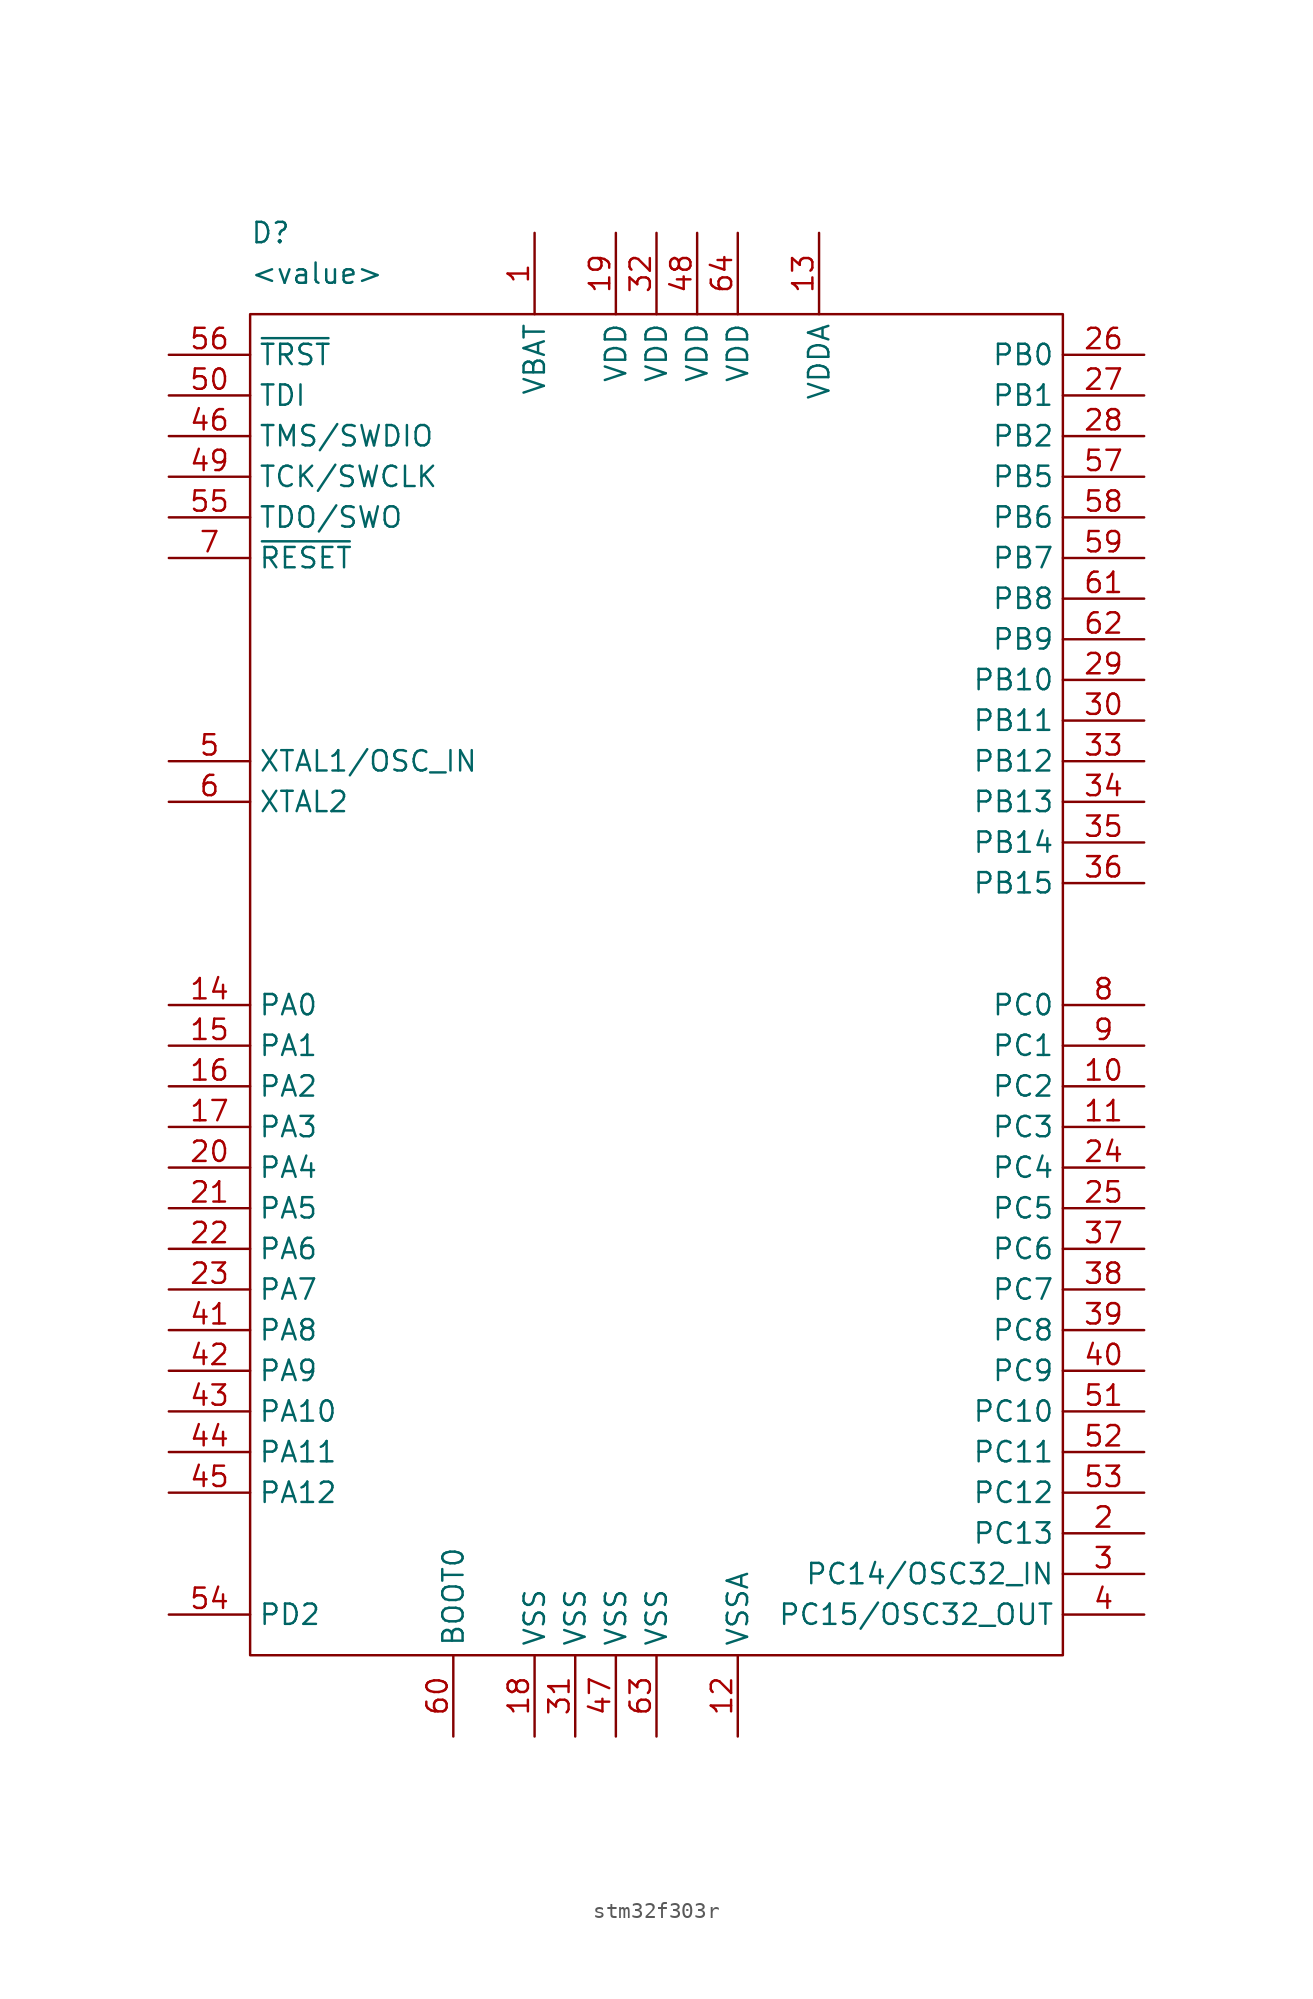
<source format=kicad_sym>
(kicad_symbol_lib
  (version 20231120)
  (generator "kicad_symbol_editor")
  (generator_version "8.0")
  (symbol "stm32f303r"
    (property "Reference" "D"
      (at 5.08 5.08 0)
      (effects (font (size 1.27 1.27)) (justify left)))
    (property "Value" "<value>"
      (at 5.08 2.54 0)
      (effects (font (size 1.27 1.27)) (justify left)))
    (symbol "stm32f303r_0_1"
      (rectangle (start 5.08 0) (end 55.88 -83.82) (stroke (width 0) (type default)) (fill (type none))))
    (symbol "stm32f303r_1_1"
      (pin power_in line (at 22.86 5.08 270) (length 5.08) (name "VBAT" (effects (font (size 1.27 1.27)))) (number "1" (effects (font (size 1.27 1.27)))))
      (pin passive line (at 60.96 -48.26 180) (length 5.08) (name "PC2" (effects (font (size 1.27 1.27)))) (number "10" (effects (font (size 1.27 1.27)))))
      (pin passive line (at 60.96 -50.8 180) (length 5.08) (name "PC3" (effects (font (size 1.27 1.27)))) (number "11" (effects (font (size 1.27 1.27)))))
      (pin passive line (at 35.56 -88.9 90) (length 5.08) (name "VSSA" (effects (font (size 1.27 1.27)))) (number "12" (effects (font (size 1.27 1.27)))))
      (pin passive line (at 40.64 5.08 270) (length 5.08) (name "VDDA" (effects (font (size 1.27 1.27)))) (number "13" (effects (font (size 1.27 1.27)))))
      (pin passive line (at 0 -43.18 0) (length 5.08) (name "PA0" (effects (font (size 1.27 1.27)))) (number "14" (effects (font (size 1.27 1.27)))))
      (pin passive line (at 0 -45.72 0) (length 5.08) (name "PA1" (effects (font (size 1.27 1.27)))) (number "15" (effects (font (size 1.27 1.27)))))
      (pin passive line (at 0 -48.26 0) (length 5.08) (name "PA2" (effects (font (size 1.27 1.27)))) (number "16" (effects (font (size 1.27 1.27)))))
      (pin passive line (at 0 -50.8 0) (length 5.08) (name "PA3" (effects (font (size 1.27 1.27)))) (number "17" (effects (font (size 1.27 1.27)))))
      (pin passive line (at 22.86 -88.9 90) (length 5.08) (name "VSS" (effects (font (size 1.27 1.27)))) (number "18" (effects (font (size 1.27 1.27)))))
      (pin passive line (at 27.94 5.08 270) (length 5.08) (name "VDD" (effects (font (size 1.27 1.27)))) (number "19" (effects (font (size 1.27 1.27)))))
      (pin passive line (at 60.96 -76.2 180) (length 5.08) (name "PC13" (effects (font (size 1.27 1.27)))) (number "2" (effects (font (size 1.27 1.27)))))
      (pin passive line (at 0 -53.34 0) (length 5.08) (name "PA4" (effects (font (size 1.27 1.27)))) (number "20" (effects (font (size 1.27 1.27)))))
      (pin passive line (at 0 -55.88 0) (length 5.08) (name "PA5" (effects (font (size 1.27 1.27)))) (number "21" (effects (font (size 1.27 1.27)))))
      (pin passive line (at 0 -58.42 0) (length 5.08) (name "PA6" (effects (font (size 1.27 1.27)))) (number "22" (effects (font (size 1.27 1.27)))))
      (pin passive line (at 0 -60.96 0) (length 5.08) (name "PA7" (effects (font (size 1.27 1.27)))) (number "23" (effects (font (size 1.27 1.27)))))
      (pin passive line (at 60.96 -53.34 180) (length 5.08) (name "PC4" (effects (font (size 1.27 1.27)))) (number "24" (effects (font (size 1.27 1.27)))))
      (pin passive line (at 60.96 -55.88 180) (length 5.08) (name "PC5" (effects (font (size 1.27 1.27)))) (number "25" (effects (font (size 1.27 1.27)))))
      (pin passive line (at 60.96 -2.54 180) (length 5.08) (name "PB0" (effects (font (size 1.27 1.27)))) (number "26" (effects (font (size 1.27 1.27)))))
      (pin passive line (at 60.96 -5.08 180) (length 5.08) (name "PB1" (effects (font (size 1.27 1.27)))) (number "27" (effects (font (size 1.27 1.27)))))
      (pin passive line (at 60.96 -7.62 180) (length 5.08) (name "PB2" (effects (font (size 1.27 1.27)))) (number "28" (effects (font (size 1.27 1.27)))))
      (pin passive line (at 60.96 -22.86 180) (length 5.08) (name "PB10" (effects (font (size 1.27 1.27)))) (number "29" (effects (font (size 1.27 1.27)))))
      (pin passive line (at 60.96 -78.74 180) (length 5.08) (name "PC14/OSC32_IN" (effects (font (size 1.27 1.27)))) (number "3" (effects (font (size 1.27 1.27)))))
      (pin passive line (at 60.96 -25.4 180) (length 5.08) (name "PB11" (effects (font (size 1.27 1.27)))) (number "30" (effects (font (size 1.27 1.27)))))
      (pin passive line (at 25.4 -88.9 90) (length 5.08) (name "VSS" (effects (font (size 1.27 1.27)))) (number "31" (effects (font (size 1.27 1.27)))))
      (pin passive line (at 30.48 5.08 270) (length 5.08) (name "VDD" (effects (font (size 1.27 1.27)))) (number "32" (effects (font (size 1.27 1.27)))))
      (pin passive line (at 60.96 -27.94 180) (length 5.08) (name "PB12" (effects (font (size 1.27 1.27)))) (number "33" (effects (font (size 1.27 1.27)))))
      (pin passive line (at 60.96 -30.48 180) (length 5.08) (name "PB13" (effects (font (size 1.27 1.27)))) (number "34" (effects (font (size 1.27 1.27)))))
      (pin passive line (at 60.96 -33.02 180) (length 5.08) (name "PB14" (effects (font (size 1.27 1.27)))) (number "35" (effects (font (size 1.27 1.27)))))
      (pin passive line (at 60.96 -35.56 180) (length 5.08) (name "PB15" (effects (font (size 1.27 1.27)))) (number "36" (effects (font (size 1.27 1.27)))))
      (pin passive line (at 60.96 -58.42 180) (length 5.08) (name "PC6" (effects (font (size 1.27 1.27)))) (number "37" (effects (font (size 1.27 1.27)))))
      (pin passive line (at 60.96 -60.96 180) (length 5.08) (name "PC7" (effects (font (size 1.27 1.27)))) (number "38" (effects (font (size 1.27 1.27)))))
      (pin passive line (at 60.96 -63.5 180) (length 5.08) (name "PC8" (effects (font (size 1.27 1.27)))) (number "39" (effects (font (size 1.27 1.27)))))
      (pin passive line (at 60.96 -81.28 180) (length 5.08) (name "PC15/OSC32_OUT" (effects (font (size 1.27 1.27)))) (number "4" (effects (font (size 1.27 1.27)))))
      (pin passive line (at 60.96 -66.04 180) (length 5.08) (name "PC9" (effects (font (size 1.27 1.27)))) (number "40" (effects (font (size 1.27 1.27)))))
      (pin passive line (at 0 -63.5 0) (length 5.08) (name "PA8" (effects (font (size 1.27 1.27)))) (number "41" (effects (font (size 1.27 1.27)))))
      (pin passive line (at 0 -66.04 0) (length 5.08) (name "PA9" (effects (font (size 1.27 1.27)))) (number "42" (effects (font (size 1.27 1.27)))))
      (pin passive line (at 0 -68.58 0) (length 5.08) (name "PA10" (effects (font (size 1.27 1.27)))) (number "43" (effects (font (size 1.27 1.27)))))
      (pin passive line (at 0 -71.12 0) (length 5.08) (name "PA11" (effects (font (size 1.27 1.27)))) (number "44" (effects (font (size 1.27 1.27)))))
      (pin passive line (at 0 -73.66 0) (length 5.08) (name "PA12" (effects (font (size 1.27 1.27)))) (number "45" (effects (font (size 1.27 1.27)))))
      (pin passive line (at 0 -7.62 0) (length 5.08) (name "TMS/SWDIO" (effects (font (size 1.27 1.27)))) (number "46" (effects (font (size 1.27 1.27)))))
      (pin passive line (at 27.94 -88.9 90) (length 5.08) (name "VSS" (effects (font (size 1.27 1.27)))) (number "47" (effects (font (size 1.27 1.27)))))
      (pin passive line (at 33.02 5.08 270) (length 5.08) (name "VDD" (effects (font (size 1.27 1.27)))) (number "48" (effects (font (size 1.27 1.27)))))
      (pin passive line (at 0 -10.16 0) (length 5.08) (name "TCK/SWCLK" (effects (font (size 1.27 1.27)))) (number "49" (effects (font (size 1.27 1.27)))))
      (pin passive line (at 0 -27.94 0) (length 5.08) (name "XTAL1/OSC_IN" (effects (font (size 1.27 1.27)))) (number "5" (effects (font (size 1.27 1.27)))))
      (pin passive line (at 0 -5.08 0) (length 5.08) (name "TDI" (effects (font (size 1.27 1.27)))) (number "50" (effects (font (size 1.27 1.27)))))
      (pin passive line (at 60.96 -68.58 180) (length 5.08) (name "PC10" (effects (font (size 1.27 1.27)))) (number "51" (effects (font (size 1.27 1.27)))))
      (pin passive line (at 60.96 -71.12 180) (length 5.08) (name "PC11" (effects (font (size 1.27 1.27)))) (number "52" (effects (font (size 1.27 1.27)))))
      (pin passive line (at 60.96 -73.66 180) (length 5.08) (name "PC12" (effects (font (size 1.27 1.27)))) (number "53" (effects (font (size 1.27 1.27)))))
      (pin passive line (at 0 -81.28 0) (length 5.08) (name "PD2" (effects (font (size 1.27 1.27)))) (number "54" (effects (font (size 1.27 1.27)))))
      (pin passive line (at 0 -12.7 0) (length 5.08) (name "TDO/SWO" (effects (font (size 1.27 1.27)))) (number "55" (effects (font (size 1.27 1.27)))))
      (pin passive line (at 0 -2.54 0) (length 5.08) (name "~{TRST}" (effects (font (size 1.27 1.27)))) (number "56" (effects (font (size 1.27 1.27)))))
      (pin passive line (at 60.96 -10.16 180) (length 5.08) (name "PB5" (effects (font (size 1.27 1.27)))) (number "57" (effects (font (size 1.27 1.27)))))
      (pin passive line (at 60.96 -12.7 180) (length 5.08) (name "PB6" (effects (font (size 1.27 1.27)))) (number "58" (effects (font (size 1.27 1.27)))))
      (pin passive line (at 60.96 -15.24 180) (length 5.08) (name "PB7" (effects (font (size 1.27 1.27)))) (number "59" (effects (font (size 1.27 1.27)))))
      (pin passive line (at 0 -30.48 0) (length 5.08) (name "XTAL2" (effects (font (size 1.27 1.27)))) (number "6" (effects (font (size 1.27 1.27)))))
      (pin passive line (at 17.78 -88.9 90) (length 5.08) (name "BOOT0" (effects (font (size 1.27 1.27)))) (number "60" (effects (font (size 1.27 1.27)))))
      (pin passive line (at 60.96 -17.78 180) (length 5.08) (name "PB8" (effects (font (size 1.27 1.27)))) (number "61" (effects (font (size 1.27 1.27)))))
      (pin passive line (at 60.96 -20.32 180) (length 5.08) (name "PB9" (effects (font (size 1.27 1.27)))) (number "62" (effects (font (size 1.27 1.27)))))
      (pin passive line (at 30.48 -88.9 90) (length 5.08) (name "VSS" (effects (font (size 1.27 1.27)))) (number "63" (effects (font (size 1.27 1.27)))))
      (pin passive line (at 35.56 5.08 270) (length 5.08) (name "VDD" (effects (font (size 1.27 1.27)))) (number "64" (effects (font (size 1.27 1.27)))))
      (pin passive line (at 0 -15.24 0) (length 5.08) (name "~{RESET}" (effects (font (size 1.27 1.27)))) (number "7" (effects (font (size 1.27 1.27)))))
      (pin passive line (at 60.96 -43.18 180) (length 5.08) (name "PC0" (effects (font (size 1.27 1.27)))) (number "8" (effects (font (size 1.27 1.27)))))
      (pin passive line (at 60.96 -45.72 180) (length 5.08) (name "PC1" (effects (font (size 1.27 1.27)))) (number "9" (effects (font (size 1.27 1.27))))))))
</source>
